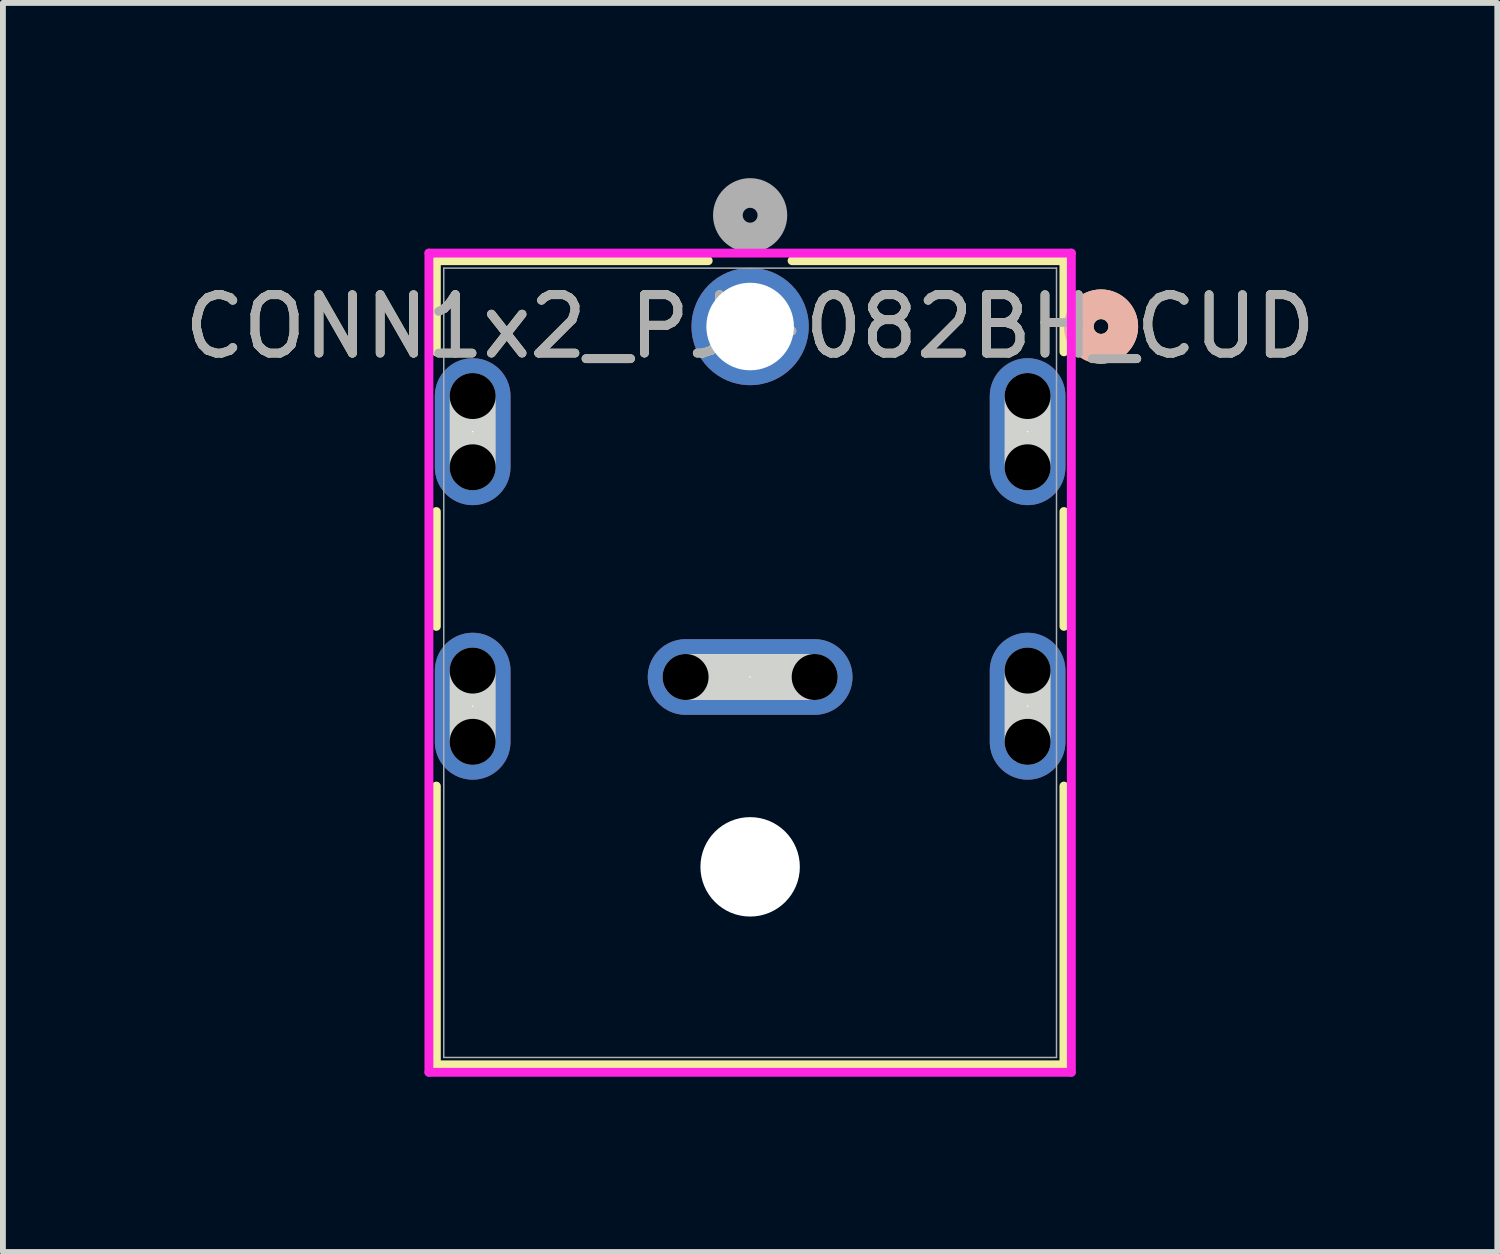
<source format=kicad_pcb>
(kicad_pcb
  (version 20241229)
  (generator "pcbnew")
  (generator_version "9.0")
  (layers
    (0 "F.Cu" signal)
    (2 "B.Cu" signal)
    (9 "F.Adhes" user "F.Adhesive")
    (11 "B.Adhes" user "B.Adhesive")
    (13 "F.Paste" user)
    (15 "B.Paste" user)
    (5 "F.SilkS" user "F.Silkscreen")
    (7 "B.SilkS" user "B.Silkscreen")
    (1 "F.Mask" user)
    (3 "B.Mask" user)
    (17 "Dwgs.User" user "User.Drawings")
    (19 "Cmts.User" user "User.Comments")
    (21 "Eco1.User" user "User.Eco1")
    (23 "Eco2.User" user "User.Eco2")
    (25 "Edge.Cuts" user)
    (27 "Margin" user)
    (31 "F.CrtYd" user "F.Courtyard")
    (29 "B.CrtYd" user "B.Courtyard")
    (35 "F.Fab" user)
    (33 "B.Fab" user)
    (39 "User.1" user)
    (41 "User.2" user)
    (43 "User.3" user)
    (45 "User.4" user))
  (footprint "CONN1x2_PJ-082BH_CUD"
    (layer "F.Cu")
    (at 9.792 2.54)
    (property "Reference" "CONN1x2_PJ-082BH_CUD" (at 0 0 0) (unlocked yes) (layer "F.SilkS") (effects (font (size 1 1) (thickness 0.15))))
    (attr through_hole)
    (fp_line (start -5.372 -1.127) (end -5.372 0.433) (stroke (width 0.152) (type solid)) (layer "F.SilkS"))
    (fp_line (start -5.372 3.167) (end -5.372 5.133) (stroke (width 0.152) (type solid)) (layer "F.SilkS"))
    (fp_line (start -5.372 7.867) (end -5.372 12.64) (stroke (width 0.152) (type solid)) (layer "F.SilkS"))
    (fp_line (start -5.372 12.64) (end 5.372 12.64) (stroke (width 0.152) (type solid)) (layer "F.SilkS"))
    (fp_line (start -0.718 -1.127) (end -5.372 -1.127) (stroke (width 0.152) (type solid)) (layer "F.SilkS"))
    (fp_line (start 5.372 -1.127) (end 0.718 -1.127) (stroke (width 0.152) (type solid)) (layer "F.SilkS"))
    (fp_line (start 5.372 0.433) (end 5.372 -1.127) (stroke (width 0.152) (type solid)) (layer "F.SilkS"))
    (fp_line (start 5.372 5.133) (end 5.372 3.167) (stroke (width 0.152) (type solid)) (layer "F.SilkS"))
    (fp_line (start 5.372 12.64) (end 5.372 7.867) (stroke (width 0.152) (type solid)) (layer "F.SilkS"))
    (fp_circle (center 6.007 0) (end 6.388 0) (stroke (width 0.508) (type solid)) (fill no) (layer "F.SilkS"))
    (fp_circle (center 6.007 0) (end 6.388 0) (stroke (width 0.508) (type solid)) (fill no) (layer "B.SilkS"))
    (fp_line (start -4.75 2.41) (end -4.75 1.19) (stroke (width 0.787) (type solid)) (layer "Edge.Cuts"))
    (fp_line (start -4.75 7.11) (end -4.75 5.89) (stroke (width 0.787) (type solid)) (layer "Edge.Cuts"))
    (fp_line (start -1.105 6) (end 1.105 6) (stroke (width 0.787) (type solid)) (layer "Edge.Cuts"))
    (fp_line (start 4.75 2.41) (end 4.75 1.19) (stroke (width 0.787) (type solid)) (layer "Edge.Cuts"))
    (fp_line (start 4.75 7.11) (end 4.75 5.89) (stroke (width 0.787) (type solid)) (layer "Edge.Cuts"))
    (fp_line (start -5.499 -1.257) (end -5.499 12.767) (stroke (width 0.152) (type solid)) (layer "F.CrtYd"))
    (fp_line (start -5.499 12.767) (end 5.499 12.767) (stroke (width 0.152) (type solid)) (layer "F.CrtYd"))
    (fp_line (start 5.499 -1.257) (end -5.499 -1.257) (stroke (width 0.152) (type solid)) (layer "F.CrtYd"))
    (fp_line (start 5.499 12.767) (end 5.499 -1.257) (stroke (width 0.152) (type solid)) (layer "F.CrtYd"))
    (fp_line (start -5.245 -1) (end -5.245 12.513) (stroke (width 0.025) (type solid)) (layer "F.Fab"))
    (fp_line (start -5.245 12.513) (end 5.245 12.513) (stroke (width 0.025) (type solid)) (layer "F.Fab"))
    (fp_line (start 5.245 -1) (end -5.245 -1) (stroke (width 0.025) (type solid)) (layer "F.Fab"))
    (fp_line (start 5.245 12.513) (end 5.245 -1) (stroke (width 0.025) (type solid)) (layer "F.Fab"))
    (fp_circle (center 0 -1.905) (end 0.381 -1.905) (stroke (width 0.508) (type solid)) (fill no) (layer "F.Fab"))
    (fp_text user "${REFERENCE}" (at 0 0 0) (unlocked yes) (layer "F.Fab") (effects (font (size 1 1) (thickness 0.15))))
    (pad "" np_thru_hole circle (at -4.75 1.19) (size 0.787 0.787) (drill 0.787) (layers))
    (pad "" np_thru_hole circle (at -4.75 2.41) (size 0.787 0.787) (drill 0.787) (layers))
    (pad "" np_thru_hole circle (at -4.75 5.89) (size 0.787 0.787) (drill 0.787) (layers))
    (pad "" np_thru_hole circle (at -4.75 7.11) (size 0.787 0.787) (drill 0.787) (layers))
    (pad "" np_thru_hole circle (at -1.105 6) (size 0.787 0.787) (drill 0.787) (layers))
    (pad "" np_thru_hole circle (at 0 9.25) (size 1.702 1.702) (drill 1.702) (layers "*.Cu" "*.Mask"))
    (pad "" np_thru_hole circle (at 1.105 6) (size 0.787 0.787) (drill 0.787) (layers))
    (pad "" np_thru_hole circle (at 4.75 1.19) (size 0.787 0.787) (drill 0.787) (layers))
    (pad "" np_thru_hole circle (at 4.75 2.41) (size 0.787 0.787) (drill 0.787) (layers))
    (pad "" np_thru_hole circle (at 4.75 5.89) (size 0.787 0.787) (drill 0.787) (layers))
    (pad "" np_thru_hole circle (at 4.75 7.11) (size 0.787 0.787) (drill 0.787) (layers))
    (pad "1" thru_hole circle (at 0 0) (size 2.007 2.007) (drill 1.499) (layers "*.Cu" "*.Mask"))
    (pad "2" thru_hole oval (at 0 6) (size 3.505 1.295) (drill 0.025) (layers "*.Cu" "*.Mask"))
    (pad "3" thru_hole oval (at -4.75 1.8 90) (size 2.515 1.295) (drill 0.025) (layers "*.Cu" "*.Mask"))
    (pad "4" thru_hole oval (at 4.75 1.8 90) (size 2.515 1.295) (drill 0.025) (layers "*.Cu" "*.Mask"))
    (pad "5" thru_hole oval (at -4.75 6.5 90) (size 2.515 1.295) (drill 0.025) (layers "*.Cu" "*.Mask"))
    (pad "6" thru_hole oval (at 4.75 6.5 90) (size 2.515 1.295) (drill 0.025) (layers "*.Cu" "*.Mask")))
  (gr_rect
    (start -3 -3)
    (end 22.583 18.383)
    (stroke (width 0.1) (type default))
    (fill no)
    (layer "Edge.Cuts")))
</source>
